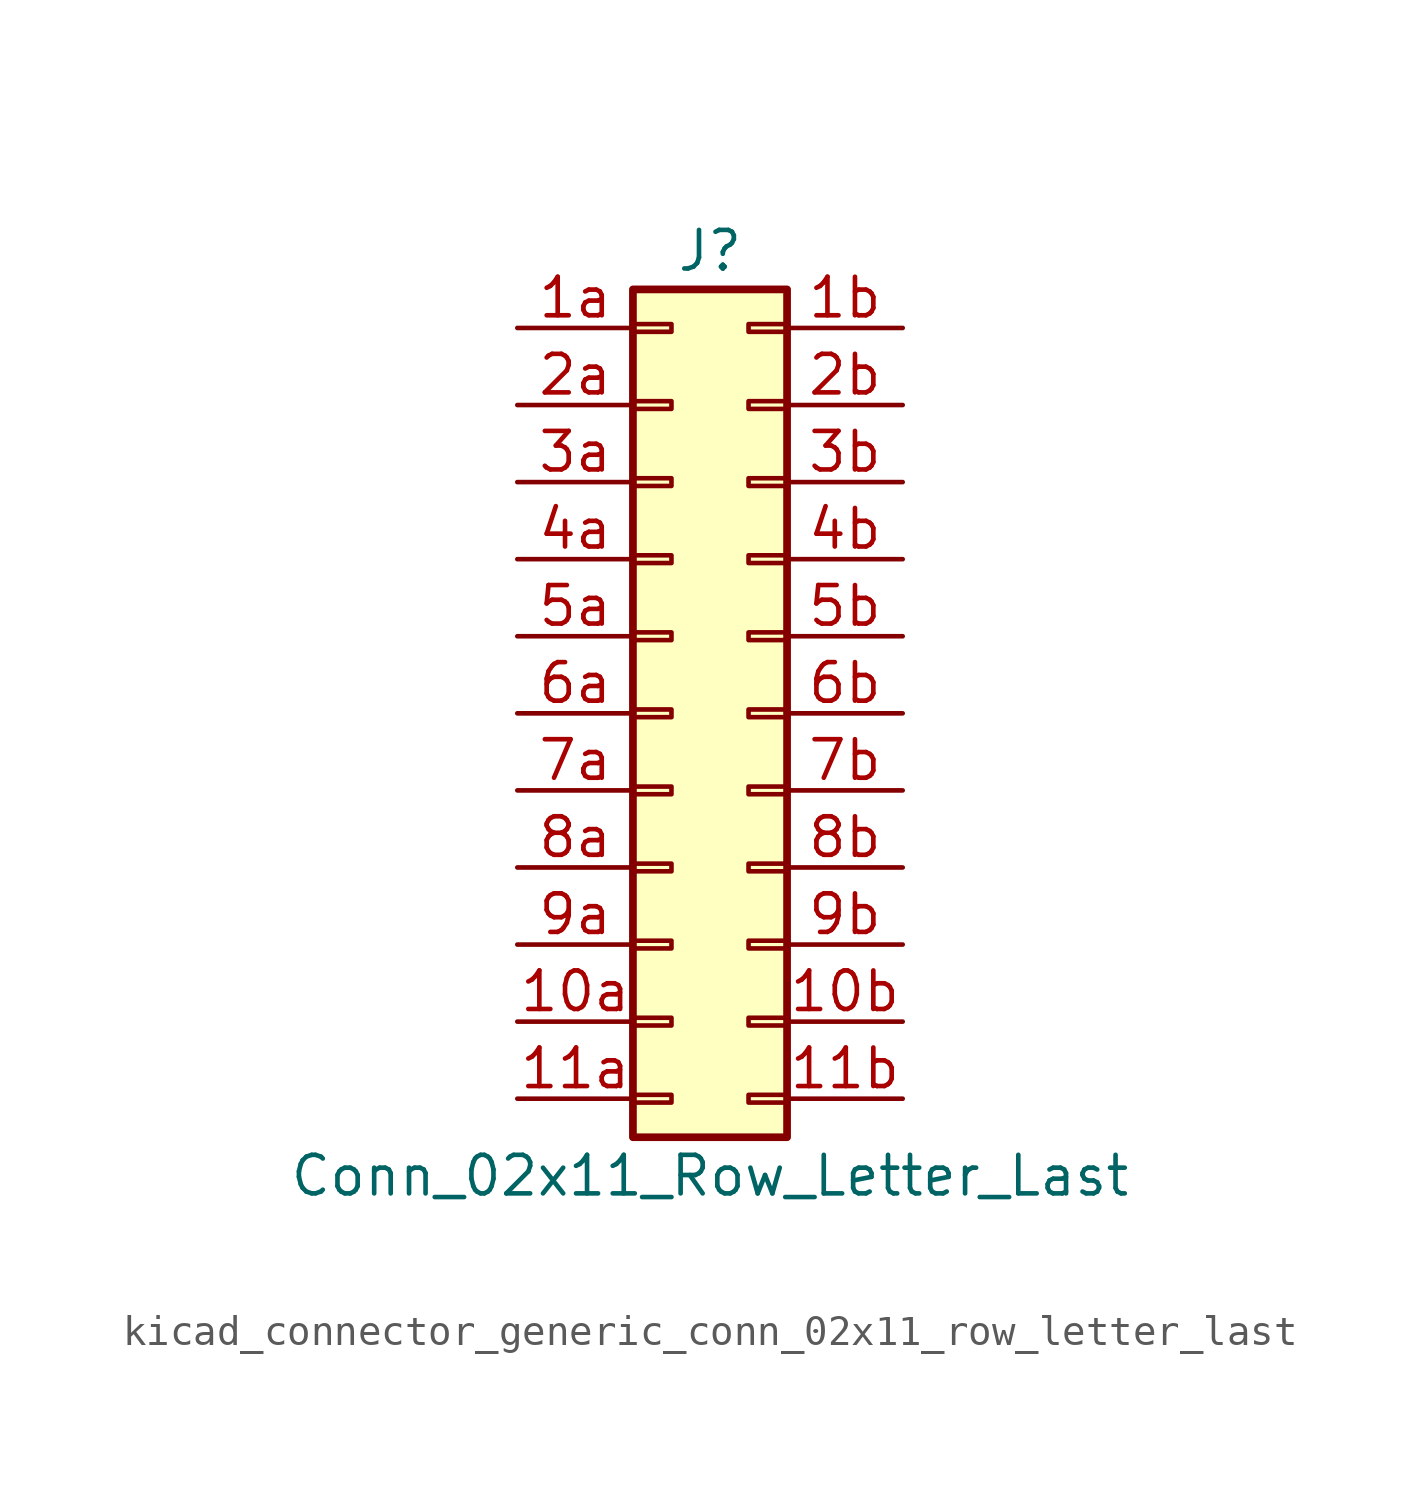
<source format=kicad_sym>
(kicad_symbol_lib
  (version 20220914)
  (generator kicad_symbol_editor)
  (symbol "kicad_connector_generic_conn_02x11_row_letter_last"
    (pin_names
      (offset 1.016) hide)
    (property "Reference" "J"
      (at 1.27 15.24 0)
      (effects (font (size 1.27 1.27))))
    (property "Value" "Conn_02x11_Row_Letter_Last"
      (at 1.27 -15.24 0)
      (effects (font (size 1.27 1.27))))
    (symbol "kicad_connector_generic_conn_02x11_row_letter_last_1_1"
      (rectangle (start -1.27 -12.573) (end 0 -12.827) (stroke (width 0.152) (type default)) (fill (type none)))
      (rectangle (start -1.27 -10.033) (end 0 -10.287) (stroke (width 0.152) (type default)) (fill (type none)))
      (rectangle (start -1.27 -7.493) (end 0 -7.747) (stroke (width 0.152) (type default)) (fill (type none)))
      (rectangle (start -1.27 -4.953) (end 0 -5.207) (stroke (width 0.152) (type default)) (fill (type none)))
      (rectangle (start -1.27 -2.413) (end 0 -2.667) (stroke (width 0.152) (type default)) (fill (type none)))
      (rectangle (start -1.27 0.127) (end 0 -0.127) (stroke (width 0.152) (type default)) (fill (type none)))
      (rectangle (start -1.27 2.667) (end 0 2.413) (stroke (width 0.152) (type default)) (fill (type none)))
      (rectangle (start -1.27 5.207) (end 0 4.953) (stroke (width 0.152) (type default)) (fill (type none)))
      (rectangle (start -1.27 7.747) (end 0 7.493) (stroke (width 0.152) (type default)) (fill (type none)))
      (rectangle (start -1.27 10.287) (end 0 10.033) (stroke (width 0.152) (type default)) (fill (type none)))
      (rectangle (start -1.27 12.827) (end 0 12.573) (stroke (width 0.152) (type default)) (fill (type none)))
      (rectangle (start -1.27 13.97) (end 3.81 -13.97) (stroke (width 0.254) (type default)) (fill (type background)))
      (rectangle (start 3.81 -12.573) (end 2.54 -12.827) (stroke (width 0.152) (type default)) (fill (type none)))
      (rectangle (start 3.81 -10.033) (end 2.54 -10.287) (stroke (width 0.152) (type default)) (fill (type none)))
      (rectangle (start 3.81 -7.493) (end 2.54 -7.747) (stroke (width 0.152) (type default)) (fill (type none)))
      (rectangle (start 3.81 -4.953) (end 2.54 -5.207) (stroke (width 0.152) (type default)) (fill (type none)))
      (rectangle (start 3.81 -2.413) (end 2.54 -2.667) (stroke (width 0.152) (type default)) (fill (type none)))
      (rectangle (start 3.81 0.127) (end 2.54 -0.127) (stroke (width 0.152) (type default)) (fill (type none)))
      (rectangle (start 3.81 2.667) (end 2.54 2.413) (stroke (width 0.152) (type default)) (fill (type none)))
      (rectangle (start 3.81 5.207) (end 2.54 4.953) (stroke (width 0.152) (type default)) (fill (type none)))
      (rectangle (start 3.81 7.747) (end 2.54 7.493) (stroke (width 0.152) (type default)) (fill (type none)))
      (rectangle (start 3.81 10.287) (end 2.54 10.033) (stroke (width 0.152) (type default)) (fill (type none)))
      (rectangle (start 3.81 12.827) (end 2.54 12.573) (stroke (width 0.152) (type default)) (fill (type none)))
      (pin passive line (at -5.08 -10.16 0) (length 3.81) (name "Pin_10a" (effects (font (size 1.27 1.27)))) (number "10a" (effects (font (size 1.27 1.27)))))
      (pin passive line (at 7.62 -10.16 180) (length 3.81) (name "Pin_10b" (effects (font (size 1.27 1.27)))) (number "10b" (effects (font (size 1.27 1.27)))))
      (pin passive line (at -5.08 -12.7 0) (length 3.81) (name "Pin_11a" (effects (font (size 1.27 1.27)))) (number "11a" (effects (font (size 1.27 1.27)))))
      (pin passive line (at 7.62 -12.7 180) (length 3.81) (name "Pin_11b" (effects (font (size 1.27 1.27)))) (number "11b" (effects (font (size 1.27 1.27)))))
      (pin passive line (at -5.08 12.7 0) (length 3.81) (name "Pin_1a" (effects (font (size 1.27 1.27)))) (number "1a" (effects (font (size 1.27 1.27)))))
      (pin passive line (at 7.62 12.7 180) (length 3.81) (name "Pin_1b" (effects (font (size 1.27 1.27)))) (number "1b" (effects (font (size 1.27 1.27)))))
      (pin passive line (at -5.08 10.16 0) (length 3.81) (name "Pin_2a" (effects (font (size 1.27 1.27)))) (number "2a" (effects (font (size 1.27 1.27)))))
      (pin passive line (at 7.62 10.16 180) (length 3.81) (name "Pin_2b" (effects (font (size 1.27 1.27)))) (number "2b" (effects (font (size 1.27 1.27)))))
      (pin passive line (at -5.08 7.62 0) (length 3.81) (name "Pin_3a" (effects (font (size 1.27 1.27)))) (number "3a" (effects (font (size 1.27 1.27)))))
      (pin passive line (at 7.62 7.62 180) (length 3.81) (name "Pin_3b" (effects (font (size 1.27 1.27)))) (number "3b" (effects (font (size 1.27 1.27)))))
      (pin passive line (at -5.08 5.08 0) (length 3.81) (name "Pin_4a" (effects (font (size 1.27 1.27)))) (number "4a" (effects (font (size 1.27 1.27)))))
      (pin passive line (at 7.62 5.08 180) (length 3.81) (name "Pin_4b" (effects (font (size 1.27 1.27)))) (number "4b" (effects (font (size 1.27 1.27)))))
      (pin passive line (at -5.08 2.54 0) (length 3.81) (name "Pin_5a" (effects (font (size 1.27 1.27)))) (number "5a" (effects (font (size 1.27 1.27)))))
      (pin passive line (at 7.62 2.54 180) (length 3.81) (name "Pin_5b" (effects (font (size 1.27 1.27)))) (number "5b" (effects (font (size 1.27 1.27)))))
      (pin passive line (at -5.08 0 0) (length 3.81) (name "Pin_6a" (effects (font (size 1.27 1.27)))) (number "6a" (effects (font (size 1.27 1.27)))))
      (pin passive line (at 7.62 0 180) (length 3.81) (name "Pin_6b" (effects (font (size 1.27 1.27)))) (number "6b" (effects (font (size 1.27 1.27)))))
      (pin passive line (at -5.08 -2.54 0) (length 3.81) (name "Pin_7a" (effects (font (size 1.27 1.27)))) (number "7a" (effects (font (size 1.27 1.27)))))
      (pin passive line (at 7.62 -2.54 180) (length 3.81) (name "Pin_7b" (effects (font (size 1.27 1.27)))) (number "7b" (effects (font (size 1.27 1.27)))))
      (pin passive line (at -5.08 -5.08 0) (length 3.81) (name "Pin_8a" (effects (font (size 1.27 1.27)))) (number "8a" (effects (font (size 1.27 1.27)))))
      (pin passive line (at 7.62 -5.08 180) (length 3.81) (name "Pin_8b" (effects (font (size 1.27 1.27)))) (number "8b" (effects (font (size 1.27 1.27)))))
      (pin passive line (at -5.08 -7.62 0) (length 3.81) (name "Pin_9a" (effects (font (size 1.27 1.27)))) (number "9a" (effects (font (size 1.27 1.27)))))
      (pin passive line (at 7.62 -7.62 180) (length 3.81) (name "Pin_9b" (effects (font (size 1.27 1.27)))) (number "9b" (effects (font (size 1.27 1.27))))))))
</source>
